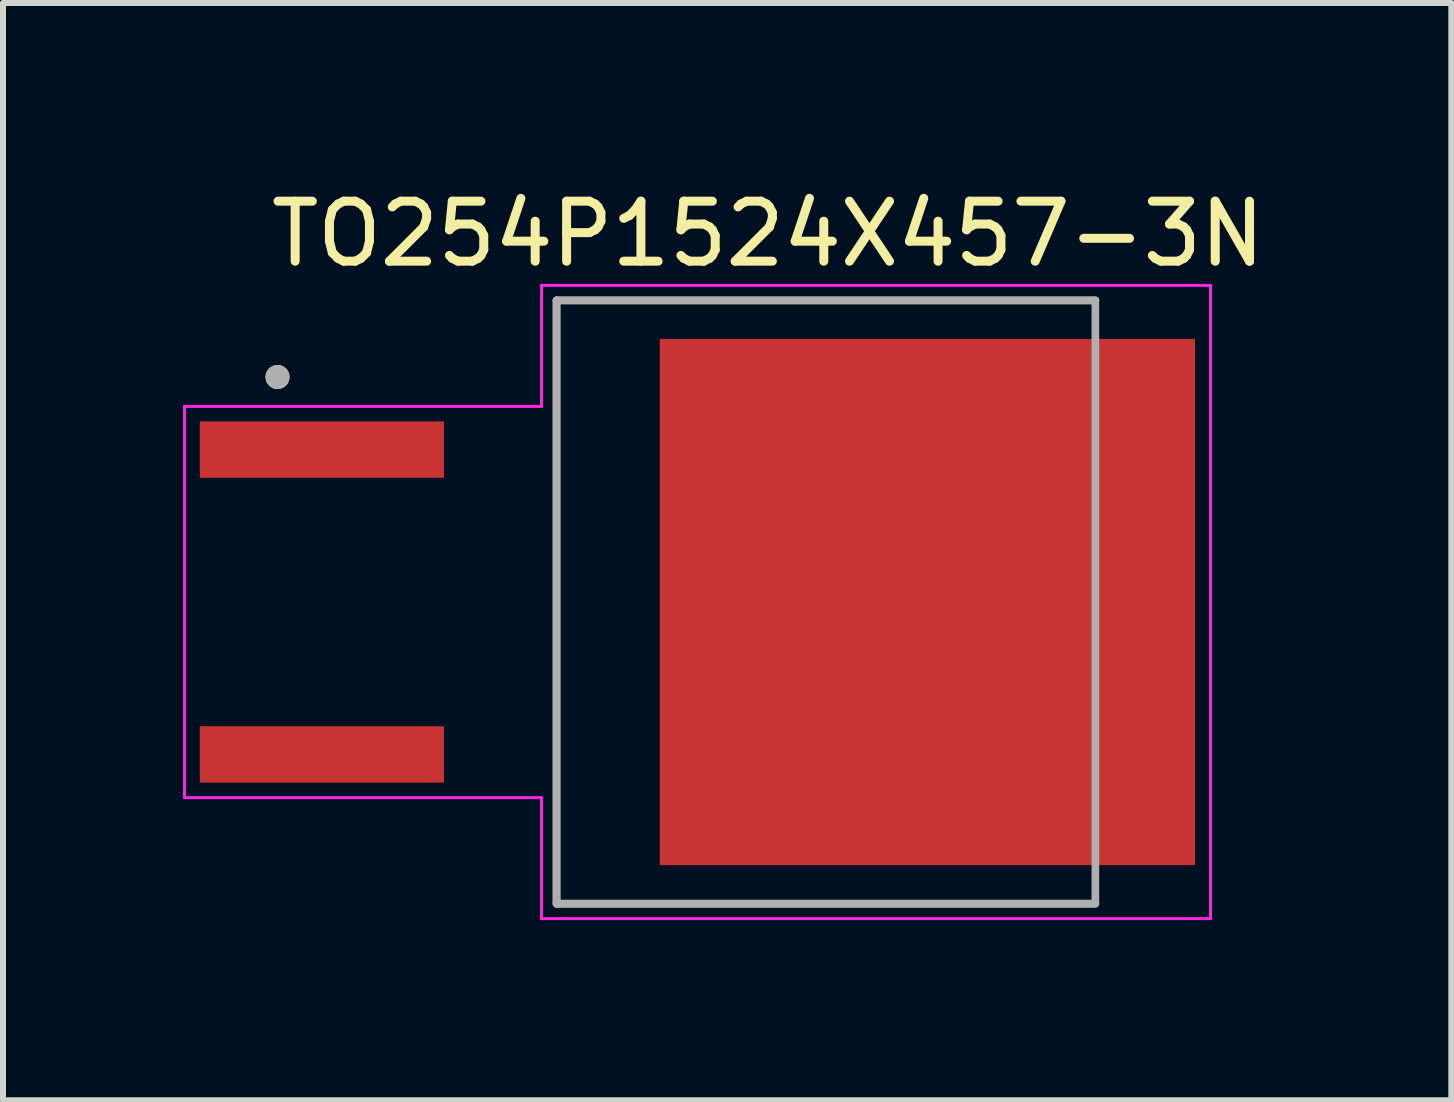
<source format=kicad_pcb>
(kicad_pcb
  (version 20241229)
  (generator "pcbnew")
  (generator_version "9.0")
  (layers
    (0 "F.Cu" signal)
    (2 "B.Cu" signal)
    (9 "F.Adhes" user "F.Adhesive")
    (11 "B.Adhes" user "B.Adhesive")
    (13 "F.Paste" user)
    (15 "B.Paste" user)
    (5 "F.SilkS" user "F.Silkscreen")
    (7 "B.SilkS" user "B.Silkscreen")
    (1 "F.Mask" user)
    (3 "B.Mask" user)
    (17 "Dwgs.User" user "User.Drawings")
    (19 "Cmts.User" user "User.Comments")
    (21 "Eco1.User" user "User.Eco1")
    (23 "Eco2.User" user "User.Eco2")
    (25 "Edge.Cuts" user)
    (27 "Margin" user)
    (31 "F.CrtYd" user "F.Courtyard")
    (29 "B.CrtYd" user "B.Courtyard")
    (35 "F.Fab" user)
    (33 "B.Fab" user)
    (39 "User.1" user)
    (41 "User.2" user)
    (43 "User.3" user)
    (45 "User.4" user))
  (footprint "TO254P1524X457-3N"
    (layer "F.Cu")
    (at 8.575 6.983)
    (property "Reference" "TO254P1524X457-3N" (at 1.175 -6.135 0) (layer "F.SilkS") (effects (font (size 1 1) (thickness 0.15))))
    (attr smd)
    (fp_line (start -2.35 -5.027) (end 6.63 -5.027) (stroke (width 0.127) (type solid)) (layer "F.SilkS"))
    (fp_line (start -2.35 5.027) (end -2.35 -5.027) (stroke (width 0.127) (type solid)) (layer "F.SilkS"))
    (fp_line (start 6.63 5.027) (end -2.35 5.027) (stroke (width 0.127) (type solid)) (layer "F.SilkS"))
    (fp_circle (center -7 -3.75) (end -6.9 -3.75) (stroke (width 0.2) (type solid)) (fill no) (layer "F.SilkS"))
    (fp_poly (pts (xy -0.385 -4.14) (xy 0.885 -4.14) (xy 0.885 -2.9) (xy -0.385 -2.9)) (stroke (width 0.01) (type solid)) (fill yes) (layer "F.Paste"))
    (fp_poly (pts (xy -0.385 -2.38) (xy 0.885 -2.38) (xy 0.885 -1.14) (xy -0.385 -1.14)) (stroke (width 0.01) (type solid)) (fill yes) (layer "F.Paste"))
    (fp_poly (pts (xy -0.385 -0.62) (xy 0.885 -0.62) (xy 0.885 0.62) (xy -0.385 0.62)) (stroke (width 0.01) (type solid)) (fill yes) (layer "F.Paste"))
    (fp_poly (pts (xy -0.385 1.14) (xy 0.885 1.14) (xy 0.885 2.38) (xy -0.385 2.38)) (stroke (width 0.01) (type solid)) (fill yes) (layer "F.Paste"))
    (fp_poly (pts (xy -0.385 2.9) (xy 0.885 2.9) (xy 0.885 4.14) (xy -0.385 4.14)) (stroke (width 0.01) (type solid)) (fill yes) (layer "F.Paste"))
    (fp_poly (pts (xy 1.405 -4.14) (xy 2.675 -4.14) (xy 2.675 -2.9) (xy 1.405 -2.9)) (stroke (width 0.01) (type solid)) (fill yes) (layer "F.Paste"))
    (fp_poly (pts (xy 1.405 -2.38) (xy 2.675 -2.38) (xy 2.675 -1.14) (xy 1.405 -1.14)) (stroke (width 0.01) (type solid)) (fill yes) (layer "F.Paste"))
    (fp_poly (pts (xy 1.405 -0.62) (xy 2.675 -0.62) (xy 2.675 0.62) (xy 1.405 0.62)) (stroke (width 0.01) (type solid)) (fill yes) (layer "F.Paste"))
    (fp_poly (pts (xy 1.405 1.14) (xy 2.675 1.14) (xy 2.675 2.38) (xy 1.405 2.38)) (stroke (width 0.01) (type solid)) (fill yes) (layer "F.Paste"))
    (fp_poly (pts (xy 1.405 2.9) (xy 2.675 2.9) (xy 2.675 4.14) (xy 1.405 4.14)) (stroke (width 0.01) (type solid)) (fill yes) (layer "F.Paste"))
    (fp_poly (pts (xy 3.195 -4.14) (xy 4.465 -4.14) (xy 4.465 -2.9) (xy 3.195 -2.9)) (stroke (width 0.01) (type solid)) (fill yes) (layer "F.Paste"))
    (fp_poly (pts (xy 3.195 -2.38) (xy 4.465 -2.38) (xy 4.465 -1.14) (xy 3.195 -1.14)) (stroke (width 0.01) (type solid)) (fill yes) (layer "F.Paste"))
    (fp_poly (pts (xy 3.195 -0.62) (xy 4.465 -0.62) (xy 4.465 0.62) (xy 3.195 0.62)) (stroke (width 0.01) (type solid)) (fill yes) (layer "F.Paste"))
    (fp_poly (pts (xy 3.195 1.14) (xy 4.465 1.14) (xy 4.465 2.38) (xy 3.195 2.38)) (stroke (width 0.01) (type solid)) (fill yes) (layer "F.Paste"))
    (fp_poly (pts (xy 3.195 2.9) (xy 4.465 2.9) (xy 4.465 4.14) (xy 3.195 4.14)) (stroke (width 0.01) (type solid)) (fill yes) (layer "F.Paste"))
    (fp_poly (pts (xy 4.985 -4.14) (xy 6.255 -4.14) (xy 6.255 -2.9) (xy 4.985 -2.9)) (stroke (width 0.01) (type solid)) (fill yes) (layer "F.Paste"))
    (fp_poly (pts (xy 4.985 -2.38) (xy 6.255 -2.38) (xy 6.255 -1.14) (xy 4.985 -1.14)) (stroke (width 0.01) (type solid)) (fill yes) (layer "F.Paste"))
    (fp_poly (pts (xy 4.985 -0.62) (xy 6.255 -0.62) (xy 6.255 0.62) (xy 4.985 0.62)) (stroke (width 0.01) (type solid)) (fill yes) (layer "F.Paste"))
    (fp_poly (pts (xy 4.985 1.14) (xy 6.255 1.14) (xy 6.255 2.38) (xy 4.985 2.38)) (stroke (width 0.01) (type solid)) (fill yes) (layer "F.Paste"))
    (fp_poly (pts (xy 4.985 2.9) (xy 6.255 2.9) (xy 6.255 4.14) (xy 4.985 4.14)) (stroke (width 0.01) (type solid)) (fill yes) (layer "F.Paste"))
    (fp_poly (pts (xy 6.775 -4.14) (xy 8.045 -4.14) (xy 8.045 -2.9) (xy 6.775 -2.9)) (stroke (width 0.01) (type solid)) (fill yes) (layer "F.Paste"))
    (fp_poly (pts (xy 6.775 -2.38) (xy 8.045 -2.38) (xy 8.045 -1.14) (xy 6.775 -1.14)) (stroke (width 0.01) (type solid)) (fill yes) (layer "F.Paste"))
    (fp_poly (pts (xy 6.775 -0.62) (xy 8.045 -0.62) (xy 8.045 0.62) (xy 6.775 0.62)) (stroke (width 0.01) (type solid)) (fill yes) (layer "F.Paste"))
    (fp_poly (pts (xy 6.775 1.14) (xy 8.045 1.14) (xy 8.045 2.38) (xy 6.775 2.38)) (stroke (width 0.01) (type solid)) (fill yes) (layer "F.Paste"))
    (fp_poly (pts (xy 6.775 2.9) (xy 8.045 2.9) (xy 8.045 4.14) (xy 6.775 4.14)) (stroke (width 0.01) (type solid)) (fill yes) (layer "F.Paste"))
    (fp_line (start -8.55 -3.26) (end -8.55 3.26) (stroke (width 0.05) (type solid)) (layer "F.CrtYd"))
    (fp_line (start -8.55 3.26) (end -2.6 3.26) (stroke (width 0.05) (type solid)) (layer "F.CrtYd"))
    (fp_line (start -2.6 -5.277) (end -2.6 -3.26) (stroke (width 0.05) (type solid)) (layer "F.CrtYd"))
    (fp_line (start -2.6 -3.26) (end -8.55 -3.26) (stroke (width 0.05) (type solid)) (layer "F.CrtYd"))
    (fp_line (start -2.6 3.26) (end -2.6 5.277) (stroke (width 0.05) (type solid)) (layer "F.CrtYd"))
    (fp_line (start -2.6 5.277) (end 8.55 5.277) (stroke (width 0.05) (type solid)) (layer "F.CrtYd"))
    (fp_line (start 8.55 -5.277) (end -2.6 -5.277) (stroke (width 0.05) (type solid)) (layer "F.CrtYd"))
    (fp_line (start 8.55 5.277) (end 8.55 -5.277) (stroke (width 0.05) (type solid)) (layer "F.CrtYd"))
    (fp_line (start -2.35 -5.027) (end 6.63 -5.027) (stroke (width 0.127) (type solid)) (layer "F.Fab"))
    (fp_line (start -2.35 5.027) (end -2.35 -5.027) (stroke (width 0.127) (type solid)) (layer "F.Fab"))
    (fp_line (start 6.63 -5.027) (end 6.63 5.027) (stroke (width 0.127) (type solid)) (layer "F.Fab"))
    (fp_line (start 6.63 5.027) (end -2.35 5.027) (stroke (width 0.127) (type solid)) (layer "F.Fab"))
    (fp_circle (center -7 -3.75) (end -6.9 -3.75) (stroke (width 0.2) (type solid)) (fill no) (layer "F.Fab"))
    (pad "1" smd rect (at -6.26 -2.54) (size 4.07 0.94) (layers "F.Cu" "F.Mask" "F.Paste"))
    (pad "2" smd rect (at 3.83 0) (size 8.92 8.77) (layers "F.Cu" "F.Mask"))
    (pad "3" smd rect (at -6.26 2.54) (size 4.07 0.94) (layers "F.Cu" "F.Mask" "F.Paste")))
  (gr_rect
    (start -3 -3)
    (end 21.137 15.286)
    (stroke (width 0.1) (type default))
    (fill no)
    (layer "Edge.Cuts")))
</source>
